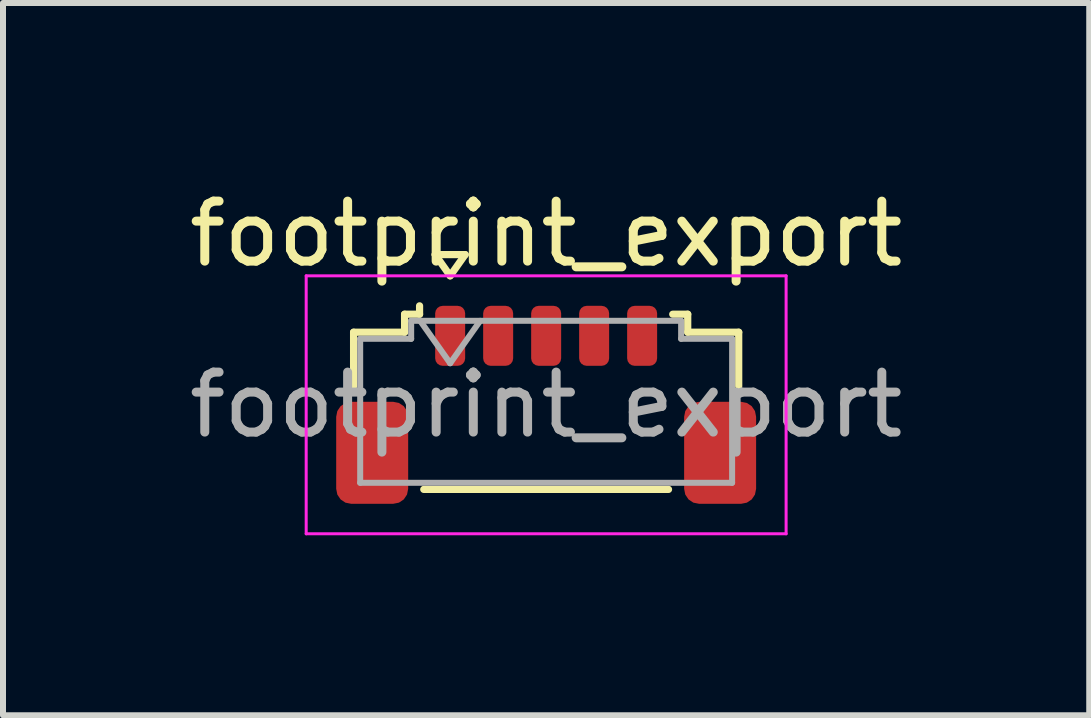
<source format=kicad_pcb>
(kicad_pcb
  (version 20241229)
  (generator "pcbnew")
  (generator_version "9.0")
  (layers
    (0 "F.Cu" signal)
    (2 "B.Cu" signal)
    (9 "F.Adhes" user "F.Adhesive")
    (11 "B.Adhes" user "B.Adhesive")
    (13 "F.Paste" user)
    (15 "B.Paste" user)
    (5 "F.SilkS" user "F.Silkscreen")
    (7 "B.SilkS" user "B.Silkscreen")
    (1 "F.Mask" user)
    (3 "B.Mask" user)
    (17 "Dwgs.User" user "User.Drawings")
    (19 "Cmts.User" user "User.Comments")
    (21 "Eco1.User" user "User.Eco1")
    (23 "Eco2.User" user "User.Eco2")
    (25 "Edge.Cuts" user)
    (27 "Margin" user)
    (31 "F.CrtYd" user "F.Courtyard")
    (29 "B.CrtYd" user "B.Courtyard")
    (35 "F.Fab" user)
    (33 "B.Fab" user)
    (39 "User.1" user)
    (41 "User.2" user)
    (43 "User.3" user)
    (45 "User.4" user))
  (footprint "footprint_export"
    (layer "F.Cu")
    (at 6.054 3.698)
    (property "Reference" "footprint_export" (at 0 -2.85 0) (layer "F.SilkS") (effects (font (size 1 1) (thickness 0.15))))
    (attr smd)
    (fp_line (start -3.21 -1.21) (end -2.36 -1.21) (stroke (width 0.12) (type solid)) (layer "F.SilkS"))
    (fp_line (start -3.21 -0.31) (end -3.21 -1.21) (stroke (width 0.12) (type solid)) (layer "F.SilkS"))
    (fp_line (start -2.36 -1.51) (end -2.11 -1.51) (stroke (width 0.12) (type solid)) (layer "F.SilkS"))
    (fp_line (start -2.36 -1.21) (end -2.36 -1.51) (stroke (width 0.12) (type solid)) (layer "F.SilkS"))
    (fp_line (start -2.11 -1.51) (end -2.11 -1.65) (stroke (width 0.12) (type solid)) (layer "F.SilkS"))
    (fp_line (start -2.04 1.41) (end 2.04 1.41) (stroke (width 0.12) (type solid)) (layer "F.SilkS"))
    (fp_line (start -1.85 -2.504) (end -1.6 -2.15) (stroke (width 0.12) (type solid)) (layer "F.SilkS"))
    (fp_line (start -1.6 -2.15) (end -1.35 -2.504) (stroke (width 0.12) (type solid)) (layer "F.SilkS"))
    (fp_line (start -1.35 -2.504) (end -1.85 -2.504) (stroke (width 0.12) (type solid)) (layer "F.SilkS"))
    (fp_line (start 2.36 -1.51) (end 2.11 -1.51) (stroke (width 0.12) (type solid)) (layer "F.SilkS"))
    (fp_line (start 2.36 -1.21) (end 2.36 -1.51) (stroke (width 0.12) (type solid)) (layer "F.SilkS"))
    (fp_line (start 3.21 -1.21) (end 2.36 -1.21) (stroke (width 0.12) (type solid)) (layer "F.SilkS"))
    (fp_line (start 3.21 -0.31) (end 3.21 -1.21) (stroke (width 0.12) (type solid)) (layer "F.SilkS"))
    (fp_line (start -4 -2.15) (end -4 2.15) (stroke (width 0.05) (type solid)) (layer "F.CrtYd"))
    (fp_line (start -4 2.15) (end 4 2.15) (stroke (width 0.05) (type solid)) (layer "F.CrtYd"))
    (fp_line (start 4 -2.15) (end -4 -2.15) (stroke (width 0.05) (type solid)) (layer "F.CrtYd"))
    (fp_line (start 4 2.15) (end 4 -2.15) (stroke (width 0.05) (type solid)) (layer "F.CrtYd"))
    (fp_line (start -3.1 -1.1) (end -3.1 1.3) (stroke (width 0.1) (type solid)) (layer "F.Fab"))
    (fp_line (start -3.1 -1.1) (end -2.25 -1.1) (stroke (width 0.1) (type solid)) (layer "F.Fab"))
    (fp_line (start -3.1 1.3) (end 3.1 1.3) (stroke (width 0.1) (type solid)) (layer "F.Fab"))
    (fp_line (start -2.25 -1.4) (end 2.25 -1.4) (stroke (width 0.1) (type solid)) (layer "F.Fab"))
    (fp_line (start -2.25 -1.1) (end -2.25 -1.4) (stroke (width 0.1) (type solid)) (layer "F.Fab"))
    (fp_line (start -2.1 -1.4) (end -1.6 -0.693) (stroke (width 0.1) (type solid)) (layer "F.Fab"))
    (fp_line (start -1.6 -0.693) (end -1.1 -1.4) (stroke (width 0.1) (type solid)) (layer "F.Fab"))
    (fp_line (start 2.25 -1.4) (end 2.25 -1.1) (stroke (width 0.1) (type solid)) (layer "F.Fab"))
    (fp_line (start 2.25 -1.1) (end 3.1 -1.1) (stroke (width 0.1) (type solid)) (layer "F.Fab"))
    (fp_line (start 3.1 -1.1) (end 3.1 1.3) (stroke (width 0.1) (type solid)) (layer "F.Fab"))
    (fp_text user "${REFERENCE}" (at 0 0 0) (layer "F.Fab") (effects (font (size 1 1) (thickness 0.15))))
    (pad "1" smd roundrect (at -1.6 -1.15) (size 0.5 1) (layers "F.Cu" "F.Mask" "F.Paste") (roundrect_rratio 0.25))
    (pad "2" smd roundrect (at -0.8 -1.15) (size 0.5 1) (layers "F.Cu" "F.Mask" "F.Paste") (roundrect_rratio 0.25))
    (pad "3" smd roundrect (at 0 -1.15) (size 0.5 1) (layers "F.Cu" "F.Mask" "F.Paste") (roundrect_rratio 0.25))
    (pad "4" smd roundrect (at 0.8 -1.15) (size 0.5 1) (layers "F.Cu" "F.Mask" "F.Paste") (roundrect_rratio 0.25))
    (pad "5" smd roundrect (at 1.6 -1.15) (size 0.5 1) (layers "F.Cu" "F.Mask" "F.Paste") (roundrect_rratio 0.25))
    (pad "MP" smd roundrect (at -2.9 0.8) (size 1.2 1.7) (layers "F.Cu" "F.Mask" "F.Paste") (roundrect_rratio 0.208))
    (pad "MP" smd roundrect (at 2.9 0.8) (size 1.2 1.7) (layers "F.Cu" "F.Mask" "F.Paste") (roundrect_rratio 0.208)))
  (gr_rect
    (start -3 -3)
    (end 15.107 8.873)
    (stroke (width 0.1) (type default))
    (fill no)
    (layer "Edge.Cuts")))
</source>
